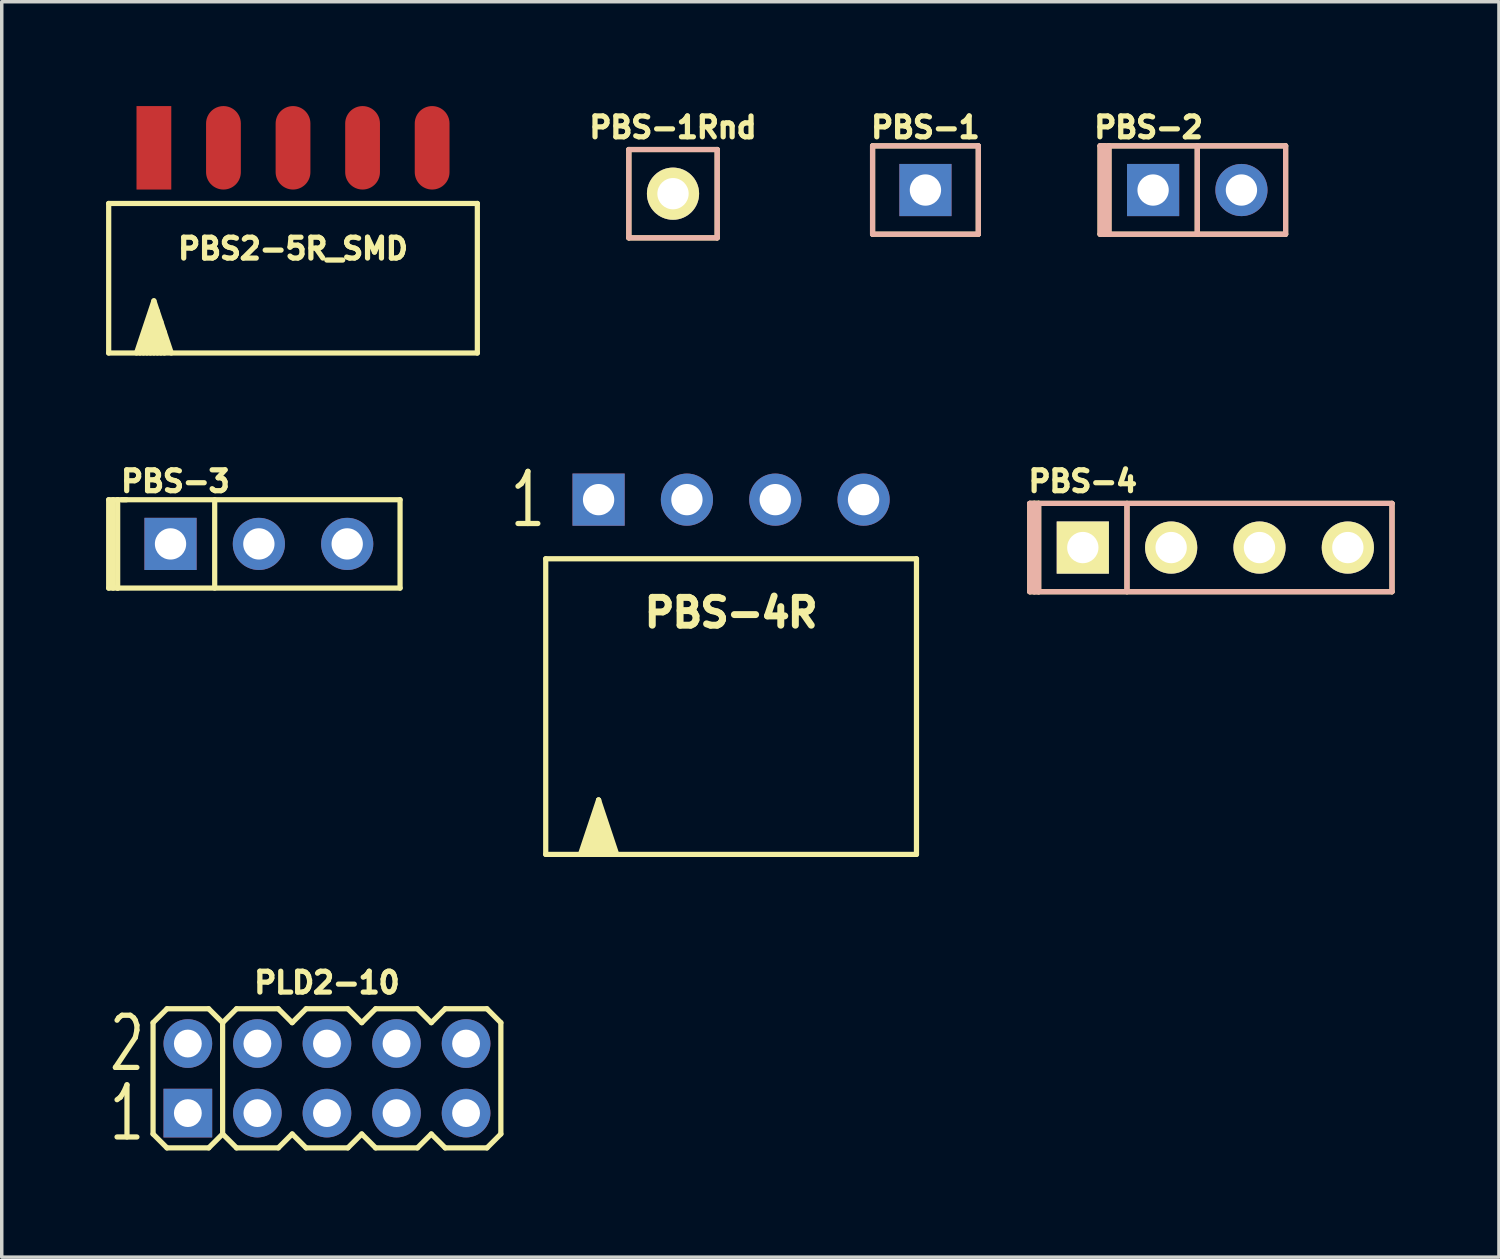
<source format=kicad_pcb>
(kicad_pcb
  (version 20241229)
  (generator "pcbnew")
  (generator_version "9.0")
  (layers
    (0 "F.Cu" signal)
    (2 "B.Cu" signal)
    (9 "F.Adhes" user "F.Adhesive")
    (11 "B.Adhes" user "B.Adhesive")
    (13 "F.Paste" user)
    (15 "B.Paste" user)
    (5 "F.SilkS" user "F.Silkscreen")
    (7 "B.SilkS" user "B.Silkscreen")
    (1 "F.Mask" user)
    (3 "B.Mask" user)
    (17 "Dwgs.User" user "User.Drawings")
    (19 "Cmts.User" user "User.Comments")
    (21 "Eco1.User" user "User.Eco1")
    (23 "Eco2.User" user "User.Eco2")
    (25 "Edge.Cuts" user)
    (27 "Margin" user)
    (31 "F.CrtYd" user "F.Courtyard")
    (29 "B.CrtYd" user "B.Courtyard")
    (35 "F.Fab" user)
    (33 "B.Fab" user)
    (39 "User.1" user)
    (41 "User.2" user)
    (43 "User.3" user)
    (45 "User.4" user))
  (footprint "PLD2-10"
    (layer "F.Cu")
    (at 6.351 27.955)
    (property "Reference" "PLD2-10" (at 0 -2.75 0) (layer "F.SilkS") (effects (font (size 0.6 0.6) (thickness 0.15))))
    (attr through_hole)
    (fp_line (start -5 -1.6) (end -5 1.6) (stroke (width 0.15) (type solid)) (layer "F.SilkS"))
    (fp_line (start -5 1.6) (end -4.6 2) (stroke (width 0.15) (type solid)) (layer "F.SilkS"))
    (fp_line (start -4.6 -2) (end -5 -1.6) (stroke (width 0.15) (type solid)) (layer "F.SilkS"))
    (fp_line (start -3.4 -2) (end -4.6 -2) (stroke (width 0.15) (type solid)) (layer "F.SilkS"))
    (fp_line (start -3.4 2) (end -4.6 2) (stroke (width 0.15) (type solid)) (layer "F.SilkS"))
    (fp_line (start -3 -1.6) (end -3.4 -2) (stroke (width 0.15) (type solid)) (layer "F.SilkS"))
    (fp_line (start -3 -1.6) (end -3 1.6) (stroke (width 0.15) (type solid)) (layer "F.SilkS"))
    (fp_line (start -3 1.6) (end -3.4 2) (stroke (width 0.15) (type solid)) (layer "F.SilkS"))
    (fp_line (start -3 1.6) (end -2.6 2) (stroke (width 0.15) (type solid)) (layer "F.SilkS"))
    (fp_line (start -2.6 -2) (end -3 -1.6) (stroke (width 0.15) (type solid)) (layer "F.SilkS"))
    (fp_line (start -2.6 2) (end -1.4 2) (stroke (width 0.15) (type solid)) (layer "F.SilkS"))
    (fp_line (start -1.4 -2) (end -2.6 -2) (stroke (width 0.15) (type solid)) (layer "F.SilkS"))
    (fp_line (start -1.4 2) (end -1 1.6) (stroke (width 0.15) (type solid)) (layer "F.SilkS"))
    (fp_line (start -1 -1.6) (end -1.4 -2) (stroke (width 0.15) (type solid)) (layer "F.SilkS"))
    (fp_line (start -1 1.6) (end -0.6 2) (stroke (width 0.15) (type solid)) (layer "F.SilkS"))
    (fp_line (start -0.6 -2) (end -1 -1.6) (stroke (width 0.15) (type solid)) (layer "F.SilkS"))
    (fp_line (start -0.6 2) (end 0.6 2) (stroke (width 0.15) (type solid)) (layer "F.SilkS"))
    (fp_line (start 0.6 -2) (end -0.6 -2) (stroke (width 0.15) (type solid)) (layer "F.SilkS"))
    (fp_line (start 0.6 2) (end 1 1.6) (stroke (width 0.15) (type solid)) (layer "F.SilkS"))
    (fp_line (start 1 -1.6) (end 0.6 -2) (stroke (width 0.15) (type solid)) (layer "F.SilkS"))
    (fp_line (start 1 -1.6) (end 1.4 -2) (stroke (width 0.15) (type solid)) (layer "F.SilkS"))
    (fp_line (start 1 1.6) (end 1.4 2) (stroke (width 0.15) (type solid)) (layer "F.SilkS"))
    (fp_line (start 1.4 -2) (end 2.6 -2) (stroke (width 0.15) (type solid)) (layer "F.SilkS"))
    (fp_line (start 1.4 2) (end 2.6 2) (stroke (width 0.15) (type solid)) (layer "F.SilkS"))
    (fp_line (start 2.6 -2) (end 3 -1.6) (stroke (width 0.15) (type solid)) (layer "F.SilkS"))
    (fp_line (start 2.6 2) (end 3 1.6) (stroke (width 0.15) (type solid)) (layer "F.SilkS"))
    (fp_line (start 3 -1.6) (end 3.4 -2) (stroke (width 0.15) (type solid)) (layer "F.SilkS"))
    (fp_line (start 3 1.6) (end 3.4 2) (stroke (width 0.15) (type solid)) (layer "F.SilkS"))
    (fp_line (start 3.4 -2) (end 4.6 -2) (stroke (width 0.15) (type solid)) (layer "F.SilkS"))
    (fp_line (start 3.4 2) (end 4.6 2) (stroke (width 0.15) (type solid)) (layer "F.SilkS"))
    (fp_line (start 4.6 -2) (end 5 -1.6) (stroke (width 0.15) (type solid)) (layer "F.SilkS"))
    (fp_line (start 4.6 2) (end 5 1.6) (stroke (width 0.15) (type solid)) (layer "F.SilkS"))
    (fp_line (start 5 1.6) (end 5 -1.6) (stroke (width 0.15) (type solid)) (layer "F.SilkS"))
    (fp_text user "1" (at -5.75 1 0) (layer "F.SilkS") (effects (font (size 1.5 1) (thickness 0.15))))
    (fp_text user "2" (at -5.75 -1 0) (layer "F.SilkS") (effects (font (size 1.5 1) (thickness 0.15))))
    (pad "1" thru_hole rect (at -4 1) (size 1.4 1.4) (drill 0.8) (layers "*.Cu" "*.Mask"))
    (pad "2" thru_hole circle (at -4 -1) (size 1.4 1.4) (drill 0.8) (layers "*.Cu" "*.Mask"))
    (pad "3" thru_hole circle (at -2 1) (size 1.4 1.4) (drill 0.8) (layers "*.Cu" "*.Mask"))
    (pad "4" thru_hole circle (at -2 -1) (size 1.4 1.4) (drill 0.8) (layers "*.Cu" "*.Mask"))
    (pad "5" thru_hole circle (at 0 1) (size 1.4 1.4) (drill 0.8) (layers "*.Cu" "*.Mask"))
    (pad "6" thru_hole circle (at 0 -1) (size 1.4 1.4) (drill 0.8) (layers "*.Cu" "*.Mask"))
    (pad "7" thru_hole circle (at 2 1) (size 1.4 1.4) (drill 0.8) (layers "*.Cu" "*.Mask"))
    (pad "8" thru_hole circle (at 2 -1) (size 1.4 1.4) (drill 0.8) (layers "*.Cu" "*.Mask"))
    (pad "9" thru_hole circle (at 4 1) (size 1.4 1.4) (drill 0.8) (layers "*.Cu" "*.Mask"))
    (pad "10" thru_hole circle (at 4 -1) (size 1.4 1.4) (drill 0.8) (layers "*.Cu" "*.Mask")))
  (footprint "PBS2-5R_SMD"
    (layer "F.Cu")
    (at 5.375 2.6)
    (property "Reference" "PBS2-5R_SMD" (at 0 1.5 0) (layer "F.SilkS") (effects (font (size 0.6 0.6) (thickness 0.15))))
    (attr through_hole)
    (fp_line (start -5.3 0.2) (end -5.3 4.5) (stroke (width 0.15) (type solid)) (layer "F.SilkS"))
    (fp_line (start -4.3 4.5) (end -3.9 3.3) (stroke (width 0.15) (type solid)) (layer "F.SilkS"))
    (fp_line (start -4.2 4.5) (end -3.9 3.5) (stroke (width 0.15) (type solid)) (layer "F.SilkS"))
    (fp_line (start -4.1 4.5) (end -3.8 3.6) (stroke (width 0.15) (type solid)) (layer "F.SilkS"))
    (fp_line (start -4 3) (end -4.5 4.5) (stroke (width 0.15) (type solid)) (layer "F.SilkS"))
    (fp_line (start -4 3) (end -3.5 4.5) (stroke (width 0.15) (type solid)) (layer "F.SilkS"))
    (fp_line (start -4 3.2) (end -4.4 4.5) (stroke (width 0.15) (type solid)) (layer "F.SilkS"))
    (fp_line (start -4 4.5) (end -3.8 3.8) (stroke (width 0.15) (type solid)) (layer "F.SilkS"))
    (fp_line (start -3.9 4.5) (end -3.7 3.9) (stroke (width 0.15) (type solid)) (layer "F.SilkS"))
    (fp_line (start -3.8 4.5) (end -3.7 4.2) (stroke (width 0.15) (type solid)) (layer "F.SilkS"))
    (fp_line (start -3.7 4.5) (end -3.6 4.3) (stroke (width 0.15) (type solid)) (layer "F.SilkS"))
    (fp_line (start 5.3 0.2) (end -5.3 0.2) (stroke (width 0.15) (type solid)) (layer "F.SilkS"))
    (fp_line (start 5.3 0.2) (end 5.3 4.5) (stroke (width 0.15) (type solid)) (layer "F.SilkS"))
    (fp_line (start 5.3 4.5) (end -5.3 4.5) (stroke (width 0.15) (type solid)) (layer "F.SilkS"))
    (pad "1" smd rect (at -4 -1.4) (size 1 2.4) (layers "F.Cu" "F.Mask" "F.Paste"))
    (pad "2" smd oval (at -2 -1.4) (size 1 2.4) (layers "F.Cu" "F.Mask" "F.Paste"))
    (pad "3" smd oval (at 0 -1.4) (size 1 2.4) (layers "F.Cu" "F.Mask" "F.Paste"))
    (pad "4" smd oval (at 2 -1.4) (size 1 2.4) (layers "F.Cu" "F.Mask" "F.Paste"))
    (pad "5" smd oval (at 4 -1.4) (size 1 2.4) (layers "F.Cu" "F.Mask" "F.Paste")))
  (footprint "PBS-1Rnd"
    (layer "F.Cu")
    (at 16.301 2.519)
    (property "Reference" "PBS-1Rnd" (at 0 -1.905 0) (layer "F.SilkS") (effects (font (size 0.6 0.6) (thickness 0.15))))
    (attr through_hole)
    (fp_line (start -1.27 -1.27) (end 1.27 -1.27) (stroke (width 0.15) (type solid)) (layer "F.SilkS"))
    (fp_line (start -1.27 1.27) (end -1.27 -1.27) (stroke (width 0.15) (type solid)) (layer "F.SilkS"))
    (fp_line (start 1.27 -1.27) (end 1.27 1.27) (stroke (width 0.15) (type solid)) (layer "F.SilkS"))
    (fp_line (start 1.27 1.27) (end -1.27 1.27) (stroke (width 0.15) (type solid)) (layer "F.SilkS"))
    (fp_line (start -1.27 -1.27) (end 1.27 -1.27) (stroke (width 0.15) (type solid)) (layer "B.SilkS"))
    (fp_line (start -1.27 1.27) (end -1.27 -1.27) (stroke (width 0.15) (type solid)) (layer "B.SilkS"))
    (fp_line (start 1.27 -1.27) (end 1.27 1.27) (stroke (width 0.15) (type solid)) (layer "B.SilkS"))
    (fp_line (start 1.27 1.27) (end -1.27 1.27) (stroke (width 0.15) (type solid)) (layer "B.SilkS"))
    (pad "1" thru_hole circle (at 0 0) (size 1.5 1.5) (drill 0.9) (layers "*.Cu" "*.Mask" "F.SilkS")))
  (footprint "PBS-1"
    (layer "F.Cu")
    (at 23.559 2.414)
    (property "Reference" "PBS-1" (at 0 -1.8 0) (layer "F.SilkS") (effects (font (size 0.6 0.6) (thickness 0.15))))
    (attr through_hole)
    (fp_line (start -1.52 -1.27) (end 1.52 -1.27) (stroke (width 0.15) (type solid)) (layer "F.SilkS"))
    (fp_line (start -1.52 1.27) (end -1.52 -1.27) (stroke (width 0.15) (type solid)) (layer "F.SilkS"))
    (fp_line (start 1.52 -1.27) (end 1.52 1.27) (stroke (width 0.15) (type solid)) (layer "F.SilkS"))
    (fp_line (start 1.52 1.27) (end -1.52 1.27) (stroke (width 0.15) (type solid)) (layer "F.SilkS"))
    (fp_line (start -1.52 -1.27) (end 1.52 -1.27) (stroke (width 0.15) (type solid)) (layer "B.SilkS"))
    (fp_line (start -1.52 1.27) (end -1.52 -1.27) (stroke (width 0.15) (type solid)) (layer "B.SilkS"))
    (fp_line (start 1.52 -1.27) (end 1.52 1.27) (stroke (width 0.15) (type solid)) (layer "B.SilkS"))
    (fp_line (start 1.52 1.27) (end -1.52 1.27) (stroke (width 0.15) (type solid)) (layer "B.SilkS"))
    (pad "1" thru_hole rect (at 0 0) (size 1.5 1.5) (drill 0.9) (layers "*.Cu" "*.Mask")))
  (footprint "PBS-2"
    (layer "F.Cu")
    (at 31.375 2.414)
    (property "Reference" "PBS-2" (at -1.4 -1.8 0) (layer "F.SilkS") (effects (font (size 0.6 0.6) (thickness 0.15))))
    (attr through_hole)
    (fp_line (start -2.794 -1.27) (end -2.794 1.27) (stroke (width 0.15) (type solid)) (layer "F.SilkS"))
    (fp_line (start -2.794 1.27) (end -2.667 1.27) (stroke (width 0.15) (type solid)) (layer "F.SilkS"))
    (fp_line (start -2.667 1.27) (end -2.667 -1.143) (stroke (width 0.15) (type solid)) (layer "F.SilkS"))
    (fp_line (start -2.667 1.27) (end -2.54 1.27) (stroke (width 0.15) (type solid)) (layer "F.SilkS"))
    (fp_line (start -2.54 -1.27) (end -2.794 -1.27) (stroke (width 0.15) (type solid)) (layer "F.SilkS"))
    (fp_line (start -2.54 1.27) (end -2.54 -1.27) (stroke (width 0.15) (type solid)) (layer "F.SilkS"))
    (fp_line (start 0 -1.27) (end 0 1.27) (stroke (width 0.15) (type solid)) (layer "F.SilkS"))
    (fp_line (start 2.54 -1.27) (end -2.54 -1.27) (stroke (width 0.15) (type solid)) (layer "F.SilkS"))
    (fp_line (start 2.54 -1.27) (end 2.54 1.27) (stroke (width 0.15) (type solid)) (layer "F.SilkS"))
    (fp_line (start 2.54 1.27) (end -2.54 1.27) (stroke (width 0.15) (type solid)) (layer "F.SilkS"))
    (fp_line (start -2.794 -1.27) (end -2.667 -1.27) (stroke (width 0.15) (type solid)) (layer "B.SilkS"))
    (fp_line (start -2.794 -1.27) (end 2.54 -1.27) (stroke (width 0.15) (type solid)) (layer "B.SilkS"))
    (fp_line (start -2.794 1.27) (end -2.794 -1.27) (stroke (width 0.15) (type solid)) (layer "B.SilkS"))
    (fp_line (start -2.667 -1.27) (end -2.667 1.27) (stroke (width 0.15) (type solid)) (layer "B.SilkS"))
    (fp_line (start -2.667 1.27) (end -2.54 1.27) (stroke (width 0.15) (type solid)) (layer "B.SilkS"))
    (fp_line (start -2.54 1.27) (end -2.54 -1.27) (stroke (width 0.15) (type solid)) (layer "B.SilkS"))
    (fp_line (start 0 -1.27) (end 0 1.27) (stroke (width 0.15) (type solid)) (layer "B.SilkS"))
    (fp_line (start 2.54 -1.27) (end 2.54 1.27) (stroke (width 0.15) (type solid)) (layer "B.SilkS"))
    (fp_line (start 2.54 1.27) (end -2.794 1.27) (stroke (width 0.15) (type solid)) (layer "B.SilkS"))
    (pad "1" thru_hole rect (at -1.27 0) (size 1.5 1.5) (drill 0.9) (layers "*.Cu" "*.Mask"))
    (pad "2" thru_hole circle (at 1.27 0) (size 1.5 1.5) (drill 0.9) (layers "*.Cu" "*.Mask")))
  (footprint "PBS-3"
    (layer "F.Cu")
    (at 4.393 12.589)
    (property "Reference" "PBS-3" (at -2.4 -1.8 0) (layer "F.SilkS") (effects (font (size 0.6 0.6) (thickness 0.15))))
    (attr through_hole)
    (fp_line (start -4.318 -1.27) (end -4.318 1.27) (stroke (width 0.15) (type solid)) (layer "F.SilkS"))
    (fp_line (start -4.318 1.27) (end -4.064 1.27) (stroke (width 0.15) (type solid)) (layer "F.SilkS"))
    (fp_line (start -4.191 1.27) (end -4.191 -1.27) (stroke (width 0.15) (type solid)) (layer "F.SilkS"))
    (fp_line (start -4.064 -1.27) (end -4.318 -1.27) (stroke (width 0.15) (type solid)) (layer "F.SilkS"))
    (fp_line (start -4.06 -1.27) (end 4.06 -1.27) (stroke (width 0.15) (type solid)) (layer "F.SilkS"))
    (fp_line (start -4.06 1.27) (end -4.06 -1.27) (stroke (width 0.15) (type solid)) (layer "F.SilkS"))
    (fp_line (start -4.06 1.27) (end 4.06 1.27) (stroke (width 0.15) (type solid)) (layer "F.SilkS"))
    (fp_line (start -3.81 -1.27) (end -3.937 -1.27) (stroke (width 0.15) (type solid)) (layer "F.SilkS"))
    (fp_line (start -1.27 -1.27) (end -1.27 1.27) (stroke (width 0.15) (type solid)) (layer "F.SilkS"))
    (fp_line (start 4.06 -1.27) (end 4.06 1.27) (stroke (width 0.15) (type solid)) (layer "F.SilkS"))
    (pad "1" thru_hole rect (at -2.54 0) (size 1.5 1.5) (drill 0.9) (layers "*.Cu" "*.Mask"))
    (pad "2" thru_hole circle (at 0 0) (size 1.5 1.5) (drill 0.9) (layers "*.Cu" "*.Mask"))
    (pad "3" thru_hole circle (at 2.54 0) (size 1.5 1.5) (drill 0.9) (layers "*.Cu" "*.Mask")))
  (footprint "PBS-4"
    (layer "F.Cu")
    (at 28.084 12.694)
    (property "Reference" "PBS-4" (at 0 -1.905 0) (layer "F.SilkS") (effects (font (size 0.6 0.6) (thickness 0.15))))
    (attr through_hole)
    (fp_line (start -1.524 -1.27) (end -1.27 -1.27) (stroke (width 0.15) (type solid)) (layer "F.SilkS"))
    (fp_line (start -1.524 1.27) (end -1.524 -1.27) (stroke (width 0.15) (type solid)) (layer "F.SilkS"))
    (fp_line (start -1.397 -1.27) (end -1.397 1.27) (stroke (width 0.15) (type solid)) (layer "F.SilkS"))
    (fp_line (start -1.27 -1.27) (end -1.397 -1.27) (stroke (width 0.15) (type solid)) (layer "F.SilkS"))
    (fp_line (start -1.27 -1.27) (end 8.89 -1.27) (stroke (width 0.15) (type solid)) (layer "F.SilkS"))
    (fp_line (start -1.27 1.27) (end -1.524 1.27) (stroke (width 0.15) (type solid)) (layer "F.SilkS"))
    (fp_line (start -1.27 1.27) (end -1.27 -1.27) (stroke (width 0.15) (type solid)) (layer "F.SilkS"))
    (fp_line (start 1.27 -1.27) (end 1.27 1.27) (stroke (width 0.15) (type solid)) (layer "F.SilkS"))
    (fp_line (start 8.89 -1.27) (end 8.89 1.27) (stroke (width 0.15) (type solid)) (layer "F.SilkS"))
    (fp_line (start 8.89 1.27) (end -1.27 1.27) (stroke (width 0.15) (type solid)) (layer "F.SilkS"))
    (fp_line (start -1.524 -1.27) (end -1.397 -1.27) (stroke (width 0.15) (type solid)) (layer "B.SilkS"))
    (fp_line (start -1.524 -1.27) (end 8.89 -1.27) (stroke (width 0.15) (type solid)) (layer "B.SilkS"))
    (fp_line (start -1.524 1.27) (end -1.524 -1.27) (stroke (width 0.15) (type solid)) (layer "B.SilkS"))
    (fp_line (start -1.397 -1.27) (end -1.397 1.27) (stroke (width 0.15) (type solid)) (layer "B.SilkS"))
    (fp_line (start -1.397 1.27) (end -1.27 1.27) (stroke (width 0.15) (type solid)) (layer "B.SilkS"))
    (fp_line (start -1.27 1.27) (end -1.27 -1.27) (stroke (width 0.15) (type solid)) (layer "B.SilkS"))
    (fp_line (start 1.27 -1.27) (end 1.27 1.27) (stroke (width 0.15) (type solid)) (layer "B.SilkS"))
    (fp_line (start 8.89 -1.27) (end 8.89 1.27) (stroke (width 0.15) (type solid)) (layer "B.SilkS"))
    (fp_line (start 8.89 1.27) (end -1.524 1.27) (stroke (width 0.15) (type solid)) (layer "B.SilkS"))
    (pad "1" thru_hole rect (at 0 0) (size 1.5 1.5) (drill 0.9) (layers "*.Cu" "*.Mask" "F.SilkS"))
    (pad "2" thru_hole circle (at 2.54 0) (size 1.5 1.5) (drill 0.9) (layers "*.Cu" "*.Mask" "F.SilkS"))
    (pad "3" thru_hole circle (at 5.08 0) (size 1.5 1.5) (drill 0.9) (layers "*.Cu" "*.Mask" "F.SilkS"))
    (pad "4" thru_hole circle (at 7.62 0) (size 1.5 1.5) (drill 0.9) (layers "*.Cu" "*.Mask" "F.SilkS")))
  (footprint "PBS-4R"
    (layer "F.Cu")
    (at 17.971 11.316)
    (property "Reference" "PBS-4R" (at 0 3.25 0) (layer "F.SilkS") (effects (font (size 0.8 0.8) (thickness 0.2))))
    (attr through_hole)
    (fp_line (start -5.33 1.7) (end -5.33 10.2) (stroke (width 0.15) (type solid)) (layer "F.SilkS"))
    (fp_line (start -5.33 10.2) (end 5.33 10.2) (stroke (width 0.15) (type solid)) (layer "F.SilkS"))
    (fp_line (start -3.937 9.779) (end -3.937 10.16) (stroke (width 0.15) (type solid)) (layer "F.SilkS"))
    (fp_line (start -3.81 8.636) (end -4.318 10.16) (stroke (width 0.15) (type solid)) (layer "F.SilkS"))
    (fp_line (start -3.81 8.636) (end -3.302 10.16) (stroke (width 0.15) (type solid)) (layer "F.SilkS"))
    (fp_line (start -3.81 8.89) (end -4.191 10.16) (stroke (width 0.15) (type solid)) (layer "F.SilkS"))
    (fp_line (start -3.81 9.017) (end -3.429 10.16) (stroke (width 0.15) (type solid)) (layer "F.SilkS"))
    (fp_line (start -3.81 9.271) (end -4.064 10.16) (stroke (width 0.15) (type solid)) (layer "F.SilkS"))
    (fp_line (start -3.81 9.271) (end -3.556 10.16) (stroke (width 0.15) (type solid)) (layer "F.SilkS"))
    (fp_line (start -3.81 10.16) (end -3.81 8.636) (stroke (width 0.15) (type solid)) (layer "F.SilkS"))
    (fp_line (start -3.683 10.16) (end -3.683 9.779) (stroke (width 0.15) (type solid)) (layer "F.SilkS"))
    (fp_line (start 5.33 1.7) (end -5.33 1.7) (stroke (width 0.15) (type solid)) (layer "F.SilkS"))
    (fp_line (start 5.33 10.2) (end 5.33 1.7) (stroke (width 0.15) (type solid)) (layer "F.SilkS"))
    (fp_text user "1" (at -5.842 0 0) (layer "F.SilkS") (effects (font (size 1.5 1) (thickness 0.15))))
    (pad "1" thru_hole rect (at -3.81 0) (size 1.5 1.5) (drill 0.9) (layers "*.Cu" "*.Mask"))
    (pad "2" thru_hole circle (at -1.27 0) (size 1.5 1.5) (drill 0.9) (layers "*.Cu" "*.Mask"))
    (pad "3" thru_hole circle (at 1.27 0) (size 1.5 1.5) (drill 0.9) (layers "*.Cu" "*.Mask"))
    (pad "4" thru_hole circle (at 3.81 0) (size 1.5 1.5) (drill 0.9) (layers "*.Cu" "*.Mask")))
  (gr_rect
    (start -3 -3)
    (end 40.049 33.096)
    (stroke (width 0.1) (type default))
    (fill no)
    (layer "Edge.Cuts")))
</source>
